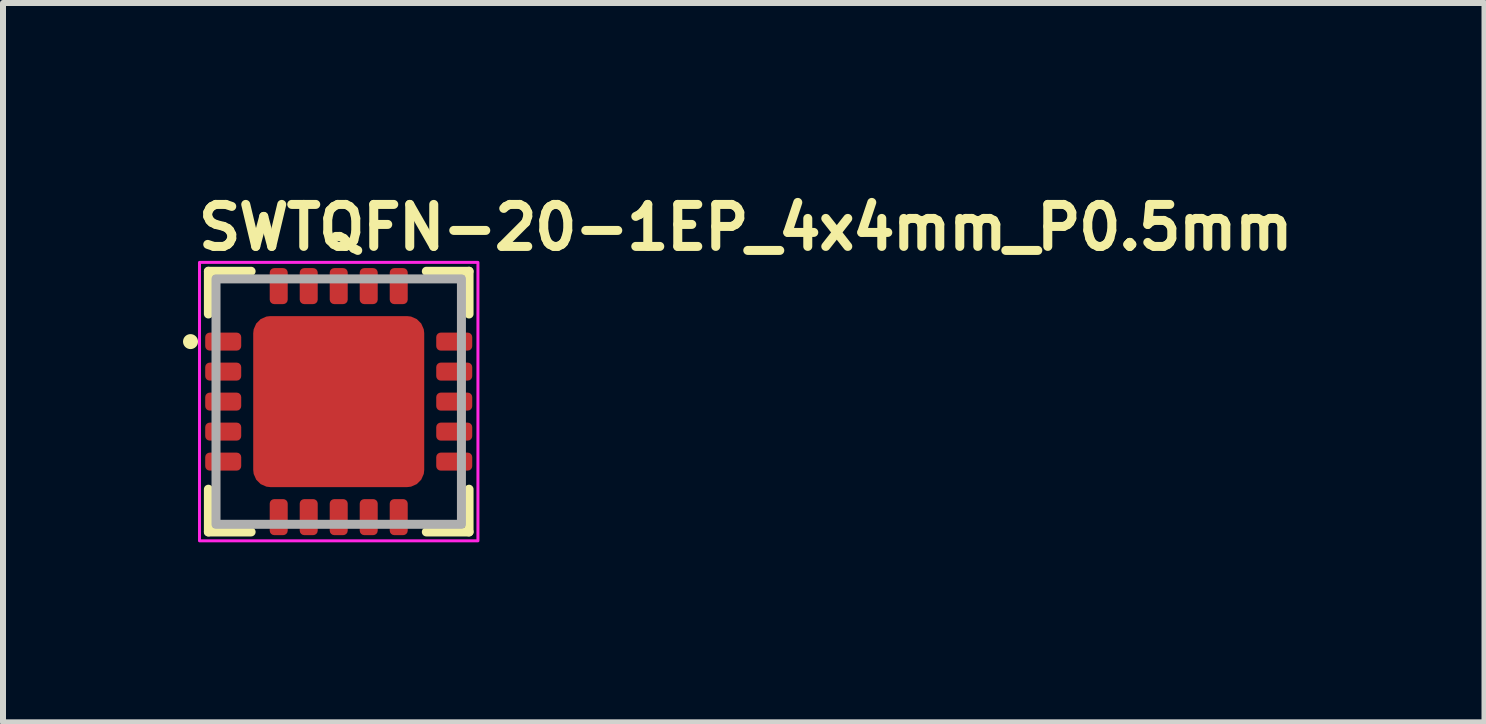
<source format=kicad_pcb>
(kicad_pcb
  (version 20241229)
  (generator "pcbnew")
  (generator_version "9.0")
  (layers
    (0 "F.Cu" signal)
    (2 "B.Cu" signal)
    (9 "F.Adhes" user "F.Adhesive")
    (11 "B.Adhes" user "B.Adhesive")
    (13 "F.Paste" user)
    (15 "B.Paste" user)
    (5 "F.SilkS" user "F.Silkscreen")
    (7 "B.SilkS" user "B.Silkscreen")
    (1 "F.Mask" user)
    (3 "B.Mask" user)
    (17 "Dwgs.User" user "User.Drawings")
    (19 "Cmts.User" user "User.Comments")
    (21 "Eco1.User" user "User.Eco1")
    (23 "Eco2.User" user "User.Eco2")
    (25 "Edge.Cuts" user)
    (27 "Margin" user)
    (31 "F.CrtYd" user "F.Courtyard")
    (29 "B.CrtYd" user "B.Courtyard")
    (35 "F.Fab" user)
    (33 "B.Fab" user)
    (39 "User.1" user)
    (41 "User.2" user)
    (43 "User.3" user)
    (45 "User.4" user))
  (footprint "SWTQFN-20-1EP_4x4mm_P0.5mm"
    (layer "F.Cu")
    (at 2.595 3.643)
    (property "Reference" "SWTQFN-20-1EP_4x4mm_P0.5mm" (at -2.415 -2.493 0) (unlocked yes) (layer "F.SilkS") (effects (font (size 0.7 0.7) (thickness 0.15)) (justify left bottom)))
    (attr smd)
    (fp_line (start -2.172 -2.172) (end -2.172 -1.46) (stroke (width 0.15) (type solid)) (layer "F.SilkS"))
    (fp_line (start -2.172 1.46) (end -2.172 2.172) (stroke (width 0.15) (type solid)) (layer "F.SilkS"))
    (fp_line (start -2.172 2.172) (end -1.46 2.172) (stroke (width 0.15) (type solid)) (layer "F.SilkS"))
    (fp_line (start -1.46 -2.172) (end -2.172 -2.172) (stroke (width 0.15) (type solid)) (layer "F.SilkS"))
    (fp_line (start 1.46 2.172) (end 2.172 2.172) (stroke (width 0.15) (type solid)) (layer "F.SilkS"))
    (fp_line (start 2.172 -2.172) (end 1.46 -2.172) (stroke (width 0.15) (type solid)) (layer "F.SilkS"))
    (fp_line (start 2.172 -1.46) (end 2.172 -2.172) (stroke (width 0.15) (type solid)) (layer "F.SilkS"))
    (fp_line (start 2.172 2.172) (end 2.172 1.46) (stroke (width 0.15) (type solid)) (layer "F.SilkS"))
    (fp_circle (center -2.47 -1) (end -2.42 -1) (stroke (width 0.15) (type solid)) (fill yes) (layer "F.SilkS"))
    (fp_rect (start -2.32 -2.32) (end 2.32 2.32) (stroke (width 0.05) (type solid)) (fill no) (layer "F.CrtYd"))
    (fp_rect (start -2.045 -2.045) (end 2.045 2.045) (stroke (width 0.15) (type solid)) (fill no) (layer "F.Fab"))
    (fp_rect (start -2.045 -2.045) (end 2.045 2.045) (stroke (width 0.1) (type solid)) (fill no) (layer "User.5"))
    (fp_line (start -2.045 -2.045) (end -2.045 2.045) (stroke (width 0.02) (type solid)) (layer "User.9"))
    (fp_line (start -2.045 2.045) (end 2.045 2.045) (stroke (width 0.02) (type solid)) (layer "User.9"))
    (fp_line (start -1.738 -1) (end -1.734 -0.972) (stroke (width 0.02) (type solid)) (layer "User.9"))
    (fp_line (start -1.734 -1.028) (end -1.738 -1) (stroke (width 0.02) (type solid)) (layer "User.9"))
    (fp_line (start -1.734 -0.972) (end -1.723 -0.947) (stroke (width 0.02) (type solid)) (layer "User.9"))
    (fp_line (start -1.723 -1.053) (end -1.734 -1.028) (stroke (width 0.02) (type solid)) (layer "User.9"))
    (fp_line (start -1.723 -0.947) (end -1.706 -0.925) (stroke (width 0.02) (type solid)) (layer "User.9"))
    (fp_line (start -1.706 -1.075) (end -1.723 -1.053) (stroke (width 0.02) (type solid)) (layer "User.9"))
    (fp_line (start -1.706 -0.925) (end -1.683 -0.909) (stroke (width 0.02) (type solid)) (layer "User.9"))
    (fp_line (start -1.683 -1.091) (end -1.706 -1.075) (stroke (width 0.02) (type solid)) (layer "User.9"))
    (fp_line (start -1.683 -0.909) (end -1.657 -0.9) (stroke (width 0.02) (type solid)) (layer "User.9"))
    (fp_line (start -1.657 -1.1) (end -1.683 -1.091) (stroke (width 0.02) (type solid)) (layer "User.9"))
    (fp_line (start -1.657 -0.9) (end -1.629 -0.898) (stroke (width 0.02) (type solid)) (layer "User.9"))
    (fp_line (start -1.629 -1.102) (end -1.657 -1.1) (stroke (width 0.02) (type solid)) (layer "User.9"))
    (fp_line (start -1.629 -0.898) (end -1.602 -0.904) (stroke (width 0.02) (type solid)) (layer "User.9"))
    (fp_line (start -1.602 -1.096) (end -1.629 -1.102) (stroke (width 0.02) (type solid)) (layer "User.9"))
    (fp_line (start -1.602 -0.904) (end -1.577 -0.916) (stroke (width 0.02) (type solid)) (layer "User.9"))
    (fp_line (start -1.577 -1.084) (end -1.602 -1.096) (stroke (width 0.02) (type solid)) (layer "User.9"))
    (fp_line (start -1.577 -0.916) (end -1.557 -0.935) (stroke (width 0.02) (type solid)) (layer "User.9"))
    (fp_line (start -1.557 -1.065) (end -1.577 -1.084) (stroke (width 0.02) (type solid)) (layer "User.9"))
    (fp_line (start -1.557 -0.935) (end -1.542 -0.959) (stroke (width 0.02) (type solid)) (layer "User.9"))
    (fp_line (start -1.542 -1.041) (end -1.557 -1.065) (stroke (width 0.02) (type solid)) (layer "User.9"))
    (fp_line (start -1.542 -0.959) (end -1.535 -0.986) (stroke (width 0.02) (type solid)) (layer "User.9"))
    (fp_line (start -1.535 -1.014) (end -1.542 -1.041) (stroke (width 0.02) (type solid)) (layer "User.9"))
    (fp_line (start -1.535 -0.986) (end -1.535 -1.014) (stroke (width 0.02) (type solid)) (layer "User.9"))
    (fp_line (start 2.045 -2.045) (end -2.045 -2.045) (stroke (width 0.02) (type solid)) (layer "User.9"))
    (fp_line (start 2.045 2.045) (end 2.045 -2.045) (stroke (width 0.02) (type solid)) (layer "User.9"))
    (pad "1" smd roundrect (at -1.925 -1 90) (size 0.3 0.6) (layers "F.Cu" "F.Mask" "F.Paste") (roundrect_rratio 0.25))
    (pad "2" smd roundrect (at -1.925 -0.5 90) (size 0.3 0.6) (layers "F.Cu" "F.Mask" "F.Paste") (roundrect_rratio 0.25))
    (pad "3" smd roundrect (at -1.925 0 90) (size 0.3 0.6) (layers "F.Cu" "F.Mask" "F.Paste") (roundrect_rratio 0.25))
    (pad "4" smd roundrect (at -1.925 0.5 90) (size 0.3 0.6) (layers "F.Cu" "F.Mask" "F.Paste") (roundrect_rratio 0.25))
    (pad "5" smd roundrect (at -1.925 1 90) (size 0.3 0.6) (layers "F.Cu" "F.Mask" "F.Paste") (roundrect_rratio 0.25))
    (pad "6" smd roundrect (at -1 1.925) (size 0.3 0.6) (layers "F.Cu" "F.Mask" "F.Paste") (roundrect_rratio 0.25))
    (pad "7" smd roundrect (at -0.5 1.925) (size 0.3 0.6) (layers "F.Cu" "F.Mask" "F.Paste") (roundrect_rratio 0.25))
    (pad "8" smd roundrect (at 0 1.925) (size 0.3 0.6) (layers "F.Cu" "F.Mask" "F.Paste") (roundrect_rratio 0.25))
    (pad "9" smd roundrect (at 0.5 1.925) (size 0.3 0.6) (layers "F.Cu" "F.Mask" "F.Paste") (roundrect_rratio 0.25))
    (pad "10" smd roundrect (at 1 1.925) (size 0.3 0.6) (layers "F.Cu" "F.Mask" "F.Paste") (roundrect_rratio 0.25))
    (pad "11" smd roundrect (at 1.925 1 90) (size 0.3 0.6) (layers "F.Cu" "F.Mask" "F.Paste") (roundrect_rratio 0.25))
    (pad "12" smd roundrect (at 1.925 0.5 90) (size 0.3 0.6) (layers "F.Cu" "F.Mask" "F.Paste") (roundrect_rratio 0.25))
    (pad "13" smd roundrect (at 1.925 0 90) (size 0.3 0.6) (layers "F.Cu" "F.Mask" "F.Paste") (roundrect_rratio 0.25))
    (pad "14" smd roundrect (at 1.925 -0.5 90) (size 0.3 0.6) (layers "F.Cu" "F.Mask" "F.Paste") (roundrect_rratio 0.25))
    (pad "15" smd roundrect (at 1.925 -1 90) (size 0.3 0.6) (layers "F.Cu" "F.Mask" "F.Paste") (roundrect_rratio 0.25))
    (pad "16" smd roundrect (at 1 -1.925) (size 0.3 0.6) (layers "F.Cu" "F.Mask" "F.Paste") (roundrect_rratio 0.25))
    (pad "17" smd roundrect (at 0.5 -1.925) (size 0.3 0.6) (layers "F.Cu" "F.Mask" "F.Paste") (roundrect_rratio 0.25))
    (pad "18" smd roundrect (at 0 -1.925) (size 0.3 0.6) (layers "F.Cu" "F.Mask" "F.Paste") (roundrect_rratio 0.25))
    (pad "19" smd roundrect (at -0.5 -1.925) (size 0.3 0.6) (layers "F.Cu" "F.Mask" "F.Paste") (roundrect_rratio 0.25))
    (pad "20" smd roundrect (at -1 -1.925) (size 0.3 0.6) (layers "F.Cu" "F.Mask" "F.Paste") (roundrect_rratio 0.25))
    (pad "21" smd roundrect (at 0 0) (size 2.85 2.85) (layers "F.Cu" "F.Mask" "F.Paste") (roundrect_rratio 0.1)))
  (gr_rect
    (start -3 -3)
    (end 21.69 8.988)
    (stroke (width 0.1) (type default))
    (fill no)
    (layer "Edge.Cuts")))
</source>
